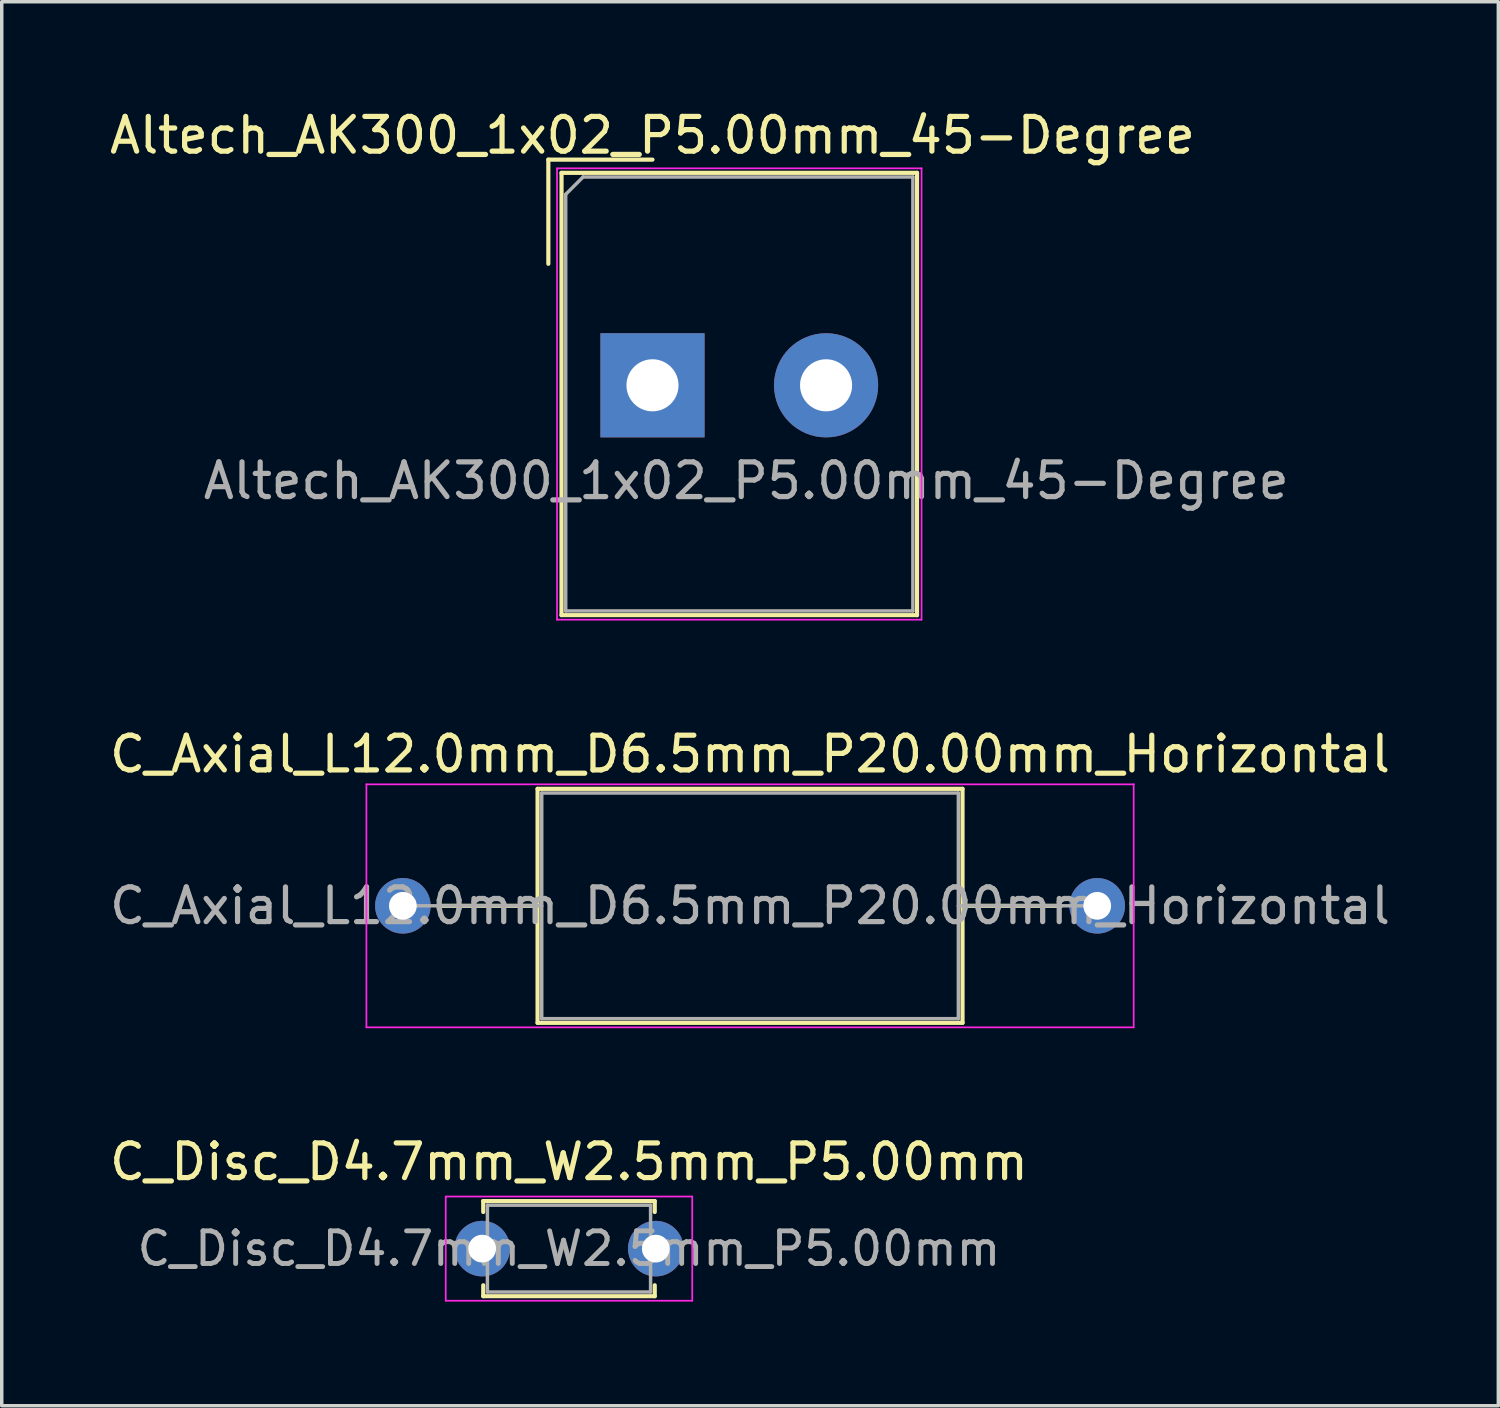
<source format=kicad_pcb>
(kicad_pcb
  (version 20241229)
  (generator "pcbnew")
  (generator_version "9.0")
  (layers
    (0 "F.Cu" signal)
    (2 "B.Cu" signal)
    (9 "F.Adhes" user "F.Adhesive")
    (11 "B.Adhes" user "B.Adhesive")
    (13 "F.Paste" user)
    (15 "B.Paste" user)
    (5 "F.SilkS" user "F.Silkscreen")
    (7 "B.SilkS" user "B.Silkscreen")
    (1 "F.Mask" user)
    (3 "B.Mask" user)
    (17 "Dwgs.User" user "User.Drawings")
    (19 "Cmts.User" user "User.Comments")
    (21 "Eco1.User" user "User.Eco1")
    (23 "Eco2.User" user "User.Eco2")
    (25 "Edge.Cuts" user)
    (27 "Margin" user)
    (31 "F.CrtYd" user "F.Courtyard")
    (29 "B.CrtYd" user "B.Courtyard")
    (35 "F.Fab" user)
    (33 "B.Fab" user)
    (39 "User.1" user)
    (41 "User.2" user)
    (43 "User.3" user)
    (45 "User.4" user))
  (footprint "C_Disc_D4.7mm_W2.5mm_P5.00mm"
    (layer "F.Cu")
    (at 10.839 32.915)
    (property "Reference" "C_Disc_D4.7mm_W2.5mm_P5.00mm" (at 2.5 -2.5 0) (layer "F.SilkS") (effects (font (size 1 1) (thickness 0.15))))
    (attr through_hole)
    (fp_line (start 0.03 -1.37) (end 0.03 -1.055) (stroke (width 0.12) (type solid)) (layer "F.SilkS"))
    (fp_line (start 0.03 -1.37) (end 4.97 -1.37) (stroke (width 0.12) (type solid)) (layer "F.SilkS"))
    (fp_line (start 0.03 1.055) (end 0.03 1.37) (stroke (width 0.12) (type solid)) (layer "F.SilkS"))
    (fp_line (start 0.03 1.37) (end 4.97 1.37) (stroke (width 0.12) (type solid)) (layer "F.SilkS"))
    (fp_line (start 4.97 -1.37) (end 4.97 -1.055) (stroke (width 0.12) (type solid)) (layer "F.SilkS"))
    (fp_line (start 4.97 1.055) (end 4.97 1.37) (stroke (width 0.12) (type solid)) (layer "F.SilkS"))
    (fp_line (start -1.05 -1.5) (end -1.05 1.5) (stroke (width 0.05) (type solid)) (layer "F.CrtYd"))
    (fp_line (start -1.05 1.5) (end 6.05 1.5) (stroke (width 0.05) (type solid)) (layer "F.CrtYd"))
    (fp_line (start 6.05 -1.5) (end -1.05 -1.5) (stroke (width 0.05) (type solid)) (layer "F.CrtYd"))
    (fp_line (start 6.05 1.5) (end 6.05 -1.5) (stroke (width 0.05) (type solid)) (layer "F.CrtYd"))
    (fp_line (start 0.15 -1.25) (end 0.15 1.25) (stroke (width 0.1) (type solid)) (layer "F.Fab"))
    (fp_line (start 0.15 1.25) (end 4.85 1.25) (stroke (width 0.1) (type solid)) (layer "F.Fab"))
    (fp_line (start 4.85 -1.25) (end 0.15 -1.25) (stroke (width 0.1) (type solid)) (layer "F.Fab"))
    (fp_line (start 4.85 1.25) (end 4.85 -1.25) (stroke (width 0.1) (type solid)) (layer "F.Fab"))
    (fp_text user "${REFERENCE}" (at 2.5 0 0) (layer "F.Fab") (effects (font (size 0.94 0.94) (thickness 0.141))))
    (pad "1" thru_hole circle (at 0 0) (size 1.6 1.6) (drill 0.8) (layers "*.Cu" "*.Mask"))
    (pad "2" thru_hole circle (at 5 0) (size 1.6 1.6) (drill 0.8) (layers "*.Cu" "*.Mask")))
  (footprint "Altech_AK300_1x02_P5.00mm_45-Degree"
    (layer "F.Cu")
    (at 15.744 8.048)
    (property "Reference" "Altech_AK300_1x02_P5.00mm_45-Degree" (at 0 -7.2 0) (layer "F.SilkS") (effects (font (size 1 1) (thickness 0.15))))
    (attr through_hole)
    (fp_line (start -3 -6.5) (end 0 -6.5) (stroke (width 0.12) (type solid)) (layer "F.SilkS"))
    (fp_line (start -3 -3.5) (end -3 -6.5) (stroke (width 0.12) (type solid)) (layer "F.SilkS"))
    (fp_line (start -2.62 -6.12) (end -2.62 6.62) (stroke (width 0.12) (type solid)) (layer "F.SilkS"))
    (fp_line (start -2.62 -6.12) (end 7.62 -6.12) (stroke (width 0.12) (type solid)) (layer "F.SilkS"))
    (fp_line (start -2.62 6.62) (end 7.62 6.62) (stroke (width 0.12) (type solid)) (layer "F.SilkS"))
    (fp_line (start 7.62 -6.12) (end 7.62 6.62) (stroke (width 0.12) (type solid)) (layer "F.SilkS"))
    (fp_line (start -2.75 -6.25) (end -2.75 6.75) (stroke (width 0.05) (type solid)) (layer "F.CrtYd"))
    (fp_line (start -2.75 -6.25) (end 7.75 -6.25) (stroke (width 0.05) (type solid)) (layer "F.CrtYd"))
    (fp_line (start -2.75 6.75) (end 7.75 6.75) (stroke (width 0.05) (type solid)) (layer "F.CrtYd"))
    (fp_line (start 7.75 -6.25) (end 7.75 6.75) (stroke (width 0.05) (type solid)) (layer "F.CrtYd"))
    (fp_line (start -2.5 -5.5) (end -2 -6) (stroke (width 0.1) (type solid)) (layer "F.Fab"))
    (fp_line (start -2.5 6.5) (end -2.5 -5.5) (stroke (width 0.1) (type solid)) (layer "F.Fab"))
    (fp_line (start -2 -6) (end 7.5 -6) (stroke (width 0.1) (type solid)) (layer "F.Fab"))
    (fp_line (start 7.5 -6) (end 7.5 6.5) (stroke (width 0.1) (type solid)) (layer "F.Fab"))
    (fp_line (start 7.5 6.5) (end -2.5 6.5) (stroke (width 0.1) (type solid)) (layer "F.Fab"))
    (fp_text user "${REFERENCE}" (at 2.7 2.75 0) (layer "F.Fab") (effects (font (size 1 1) (thickness 0.15))))
    (pad "1" thru_hole rect (at 0 0) (size 3 3) (drill 1.5) (layers "*.Cu" "*.Mask"))
    (pad "2" thru_hole circle (at 5 0) (size 3 3) (drill 1.5) (layers "*.Cu" "*.Mask")))
  (footprint "C_Axial_L12.0mm_D6.5mm_P20.00mm_Horizontal"
    (layer "F.Cu")
    (at 8.554 23.041)
    (property "Reference" "C_Axial_L12.0mm_D6.5mm_P20.00mm_Horizontal" (at 10 -4.37 0) (layer "F.SilkS") (effects (font (size 1 1) (thickness 0.15))))
    (attr through_hole)
    (fp_line (start 1.04 0) (end 3.88 0) (stroke (width 0.12) (type solid)) (layer "F.SilkS"))
    (fp_line (start 3.88 -3.37) (end 3.88 3.37) (stroke (width 0.12) (type solid)) (layer "F.SilkS"))
    (fp_line (start 3.88 3.37) (end 16.12 3.37) (stroke (width 0.12) (type solid)) (layer "F.SilkS"))
    (fp_line (start 16.12 -3.37) (end 3.88 -3.37) (stroke (width 0.12) (type solid)) (layer "F.SilkS"))
    (fp_line (start 16.12 3.37) (end 16.12 -3.37) (stroke (width 0.12) (type solid)) (layer "F.SilkS"))
    (fp_line (start 18.96 0) (end 16.12 0) (stroke (width 0.12) (type solid)) (layer "F.SilkS"))
    (fp_line (start -1.05 -3.5) (end -1.05 3.5) (stroke (width 0.05) (type solid)) (layer "F.CrtYd"))
    (fp_line (start -1.05 3.5) (end 21.05 3.5) (stroke (width 0.05) (type solid)) (layer "F.CrtYd"))
    (fp_line (start 21.05 -3.5) (end -1.05 -3.5) (stroke (width 0.05) (type solid)) (layer "F.CrtYd"))
    (fp_line (start 21.05 3.5) (end 21.05 -3.5) (stroke (width 0.05) (type solid)) (layer "F.CrtYd"))
    (fp_line (start 0 0) (end 4 0) (stroke (width 0.1) (type solid)) (layer "F.Fab"))
    (fp_line (start 4 -3.25) (end 4 3.25) (stroke (width 0.1) (type solid)) (layer "F.Fab"))
    (fp_line (start 4 3.25) (end 16 3.25) (stroke (width 0.1) (type solid)) (layer "F.Fab"))
    (fp_line (start 16 -3.25) (end 4 -3.25) (stroke (width 0.1) (type solid)) (layer "F.Fab"))
    (fp_line (start 16 3.25) (end 16 -3.25) (stroke (width 0.1) (type solid)) (layer "F.Fab"))
    (fp_line (start 20 0) (end 16 0) (stroke (width 0.1) (type solid)) (layer "F.Fab"))
    (fp_text user "${REFERENCE}" (at 10 0 0) (layer "F.Fab") (effects (font (size 1 1) (thickness 0.15))))
    (pad "1" thru_hole circle (at 0 0) (size 1.6 1.6) (drill 0.8) (layers "*.Cu" "*.Mask"))
    (pad "2" thru_hole oval (at 20 0) (size 1.6 1.6) (drill 0.8) (layers "*.Cu" "*.Mask")))
  (gr_rect
    (start -3 -3)
    (end 40.107 37.44)
    (stroke (width 0.1) (type default))
    (fill no)
    (layer "Edge.Cuts")))
</source>
